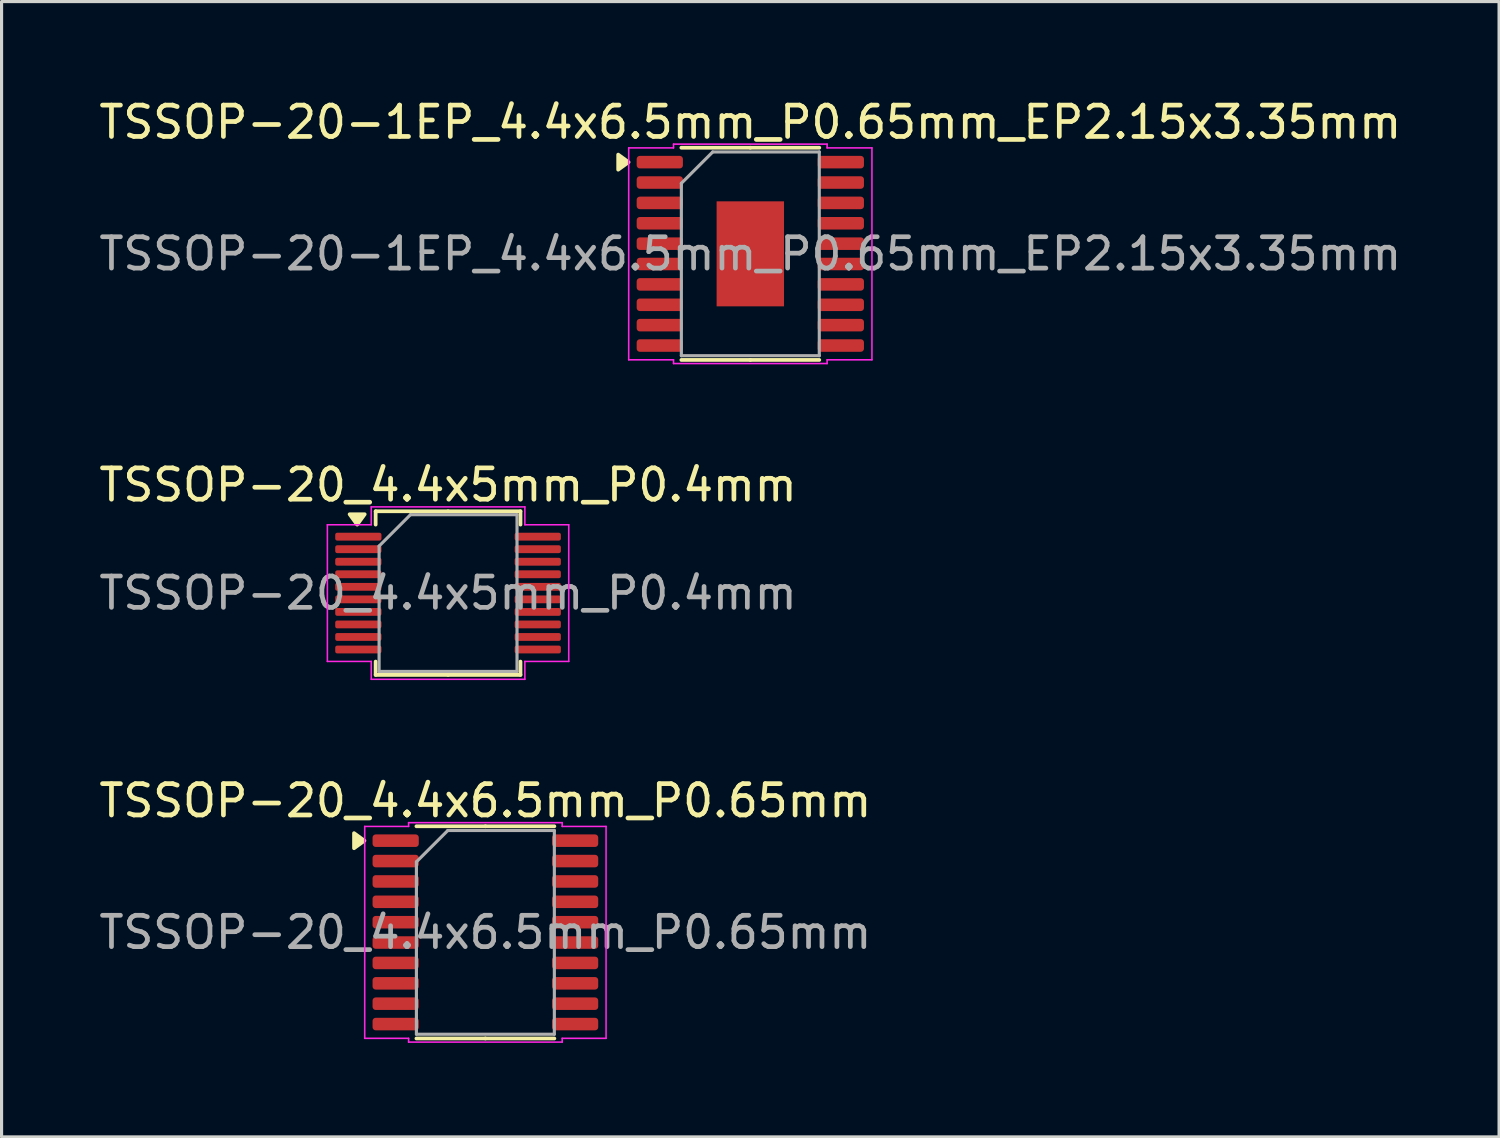
<source format=kicad_pcb>
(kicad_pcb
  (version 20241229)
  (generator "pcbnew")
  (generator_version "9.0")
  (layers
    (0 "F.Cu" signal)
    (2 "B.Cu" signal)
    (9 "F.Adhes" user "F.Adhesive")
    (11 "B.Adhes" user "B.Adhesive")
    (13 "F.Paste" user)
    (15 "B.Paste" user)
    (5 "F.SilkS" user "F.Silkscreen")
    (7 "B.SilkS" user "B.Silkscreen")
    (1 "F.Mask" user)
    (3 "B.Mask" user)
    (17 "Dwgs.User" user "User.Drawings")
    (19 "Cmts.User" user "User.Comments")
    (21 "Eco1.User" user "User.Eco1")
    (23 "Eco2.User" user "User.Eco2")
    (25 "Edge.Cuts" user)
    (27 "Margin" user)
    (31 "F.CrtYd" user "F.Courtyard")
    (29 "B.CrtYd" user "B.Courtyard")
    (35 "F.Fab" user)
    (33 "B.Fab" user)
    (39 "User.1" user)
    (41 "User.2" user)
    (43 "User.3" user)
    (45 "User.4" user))
  (footprint "TSSOP-20_4.4x5mm_P0.4mm"
    (layer "F.Cu")
    (at 11.244 15.871)
    (property "Reference" "TSSOP-20_4.4x5mm_P0.4mm" (at 0 -3.45 0) (layer "F.SilkS") (effects (font (size 1 1) (thickness 0.15))))
    (attr smd)
    (fp_line (start -2.31 -2.61) (end -2.31 -2.185) (stroke (width 0.12) (type solid)) (layer "F.SilkS"))
    (fp_line (start -2.31 2.61) (end -2.31 2.185) (stroke (width 0.12) (type solid)) (layer "F.SilkS"))
    (fp_line (start 0 -2.61) (end -2.31 -2.61) (stroke (width 0.12) (type solid)) (layer "F.SilkS"))
    (fp_line (start 0 -2.61) (end 2.31 -2.61) (stroke (width 0.12) (type solid)) (layer "F.SilkS"))
    (fp_line (start 0 2.61) (end -2.31 2.61) (stroke (width 0.12) (type solid)) (layer "F.SilkS"))
    (fp_line (start 0 2.61) (end 2.31 2.61) (stroke (width 0.12) (type solid)) (layer "F.SilkS"))
    (fp_line (start 2.31 -2.61) (end 2.31 -2.185) (stroke (width 0.12) (type solid)) (layer "F.SilkS"))
    (fp_line (start 2.31 2.61) (end 2.31 2.185) (stroke (width 0.12) (type solid)) (layer "F.SilkS"))
    (fp_poly (pts (xy -2.9 -2.185) (xy -3.14 -2.515) (xy -2.66 -2.515)) (stroke (width 0.12) (type solid)) (fill yes) (layer "F.SilkS"))
    (fp_line (start -3.85 -2.18) (end -2.45 -2.18) (stroke (width 0.05) (type solid)) (layer "F.CrtYd"))
    (fp_line (start -3.85 2.18) (end -3.85 -2.18) (stroke (width 0.05) (type solid)) (layer "F.CrtYd"))
    (fp_line (start -2.45 -2.75) (end 2.45 -2.75) (stroke (width 0.05) (type solid)) (layer "F.CrtYd"))
    (fp_line (start -2.45 -2.18) (end -2.45 -2.75) (stroke (width 0.05) (type solid)) (layer "F.CrtYd"))
    (fp_line (start -2.45 2.18) (end -3.85 2.18) (stroke (width 0.05) (type solid)) (layer "F.CrtYd"))
    (fp_line (start -2.45 2.75) (end -2.45 2.18) (stroke (width 0.05) (type solid)) (layer "F.CrtYd"))
    (fp_line (start 2.45 -2.75) (end 2.45 -2.18) (stroke (width 0.05) (type solid)) (layer "F.CrtYd"))
    (fp_line (start 2.45 -2.18) (end 3.85 -2.18) (stroke (width 0.05) (type solid)) (layer "F.CrtYd"))
    (fp_line (start 2.45 2.18) (end 2.45 2.75) (stroke (width 0.05) (type solid)) (layer "F.CrtYd"))
    (fp_line (start 2.45 2.75) (end -2.45 2.75) (stroke (width 0.05) (type solid)) (layer "F.CrtYd"))
    (fp_line (start 3.85 -2.18) (end 3.85 2.18) (stroke (width 0.05) (type solid)) (layer "F.CrtYd"))
    (fp_line (start 3.85 2.18) (end 2.45 2.18) (stroke (width 0.05) (type solid)) (layer "F.CrtYd"))
    (fp_line (start -2.2 -1.5) (end -1.2 -2.5) (stroke (width 0.1) (type solid)) (layer "F.Fab"))
    (fp_line (start -2.2 2.5) (end -2.2 -1.5) (stroke (width 0.1) (type solid)) (layer "F.Fab"))
    (fp_line (start -1.2 -2.5) (end 2.2 -2.5) (stroke (width 0.1) (type solid)) (layer "F.Fab"))
    (fp_line (start 2.2 -2.5) (end 2.2 2.5) (stroke (width 0.1) (type solid)) (layer "F.Fab"))
    (fp_line (start 2.2 2.5) (end -2.2 2.5) (stroke (width 0.1) (type solid)) (layer "F.Fab"))
    (fp_text user "${REFERENCE}" (at 0 0 0) (layer "F.Fab") (effects (font (size 1 1) (thickness 0.15))))
    (pad "1" smd roundrect (at -2.862 -1.8) (size 1.475 0.25) (layers "F.Cu" "F.Mask" "F.Paste") (roundrect_rratio 0.25))
    (pad "2" smd roundrect (at -2.862 -1.4) (size 1.475 0.25) (layers "F.Cu" "F.Mask" "F.Paste") (roundrect_rratio 0.25))
    (pad "3" smd roundrect (at -2.862 -1) (size 1.475 0.25) (layers "F.Cu" "F.Mask" "F.Paste") (roundrect_rratio 0.25))
    (pad "4" smd roundrect (at -2.862 -0.6) (size 1.475 0.25) (layers "F.Cu" "F.Mask" "F.Paste") (roundrect_rratio 0.25))
    (pad "5" smd roundrect (at -2.862 -0.2) (size 1.475 0.25) (layers "F.Cu" "F.Mask" "F.Paste") (roundrect_rratio 0.25))
    (pad "6" smd roundrect (at -2.862 0.2) (size 1.475 0.25) (layers "F.Cu" "F.Mask" "F.Paste") (roundrect_rratio 0.25))
    (pad "7" smd roundrect (at -2.862 0.6) (size 1.475 0.25) (layers "F.Cu" "F.Mask" "F.Paste") (roundrect_rratio 0.25))
    (pad "8" smd roundrect (at -2.862 1) (size 1.475 0.25) (layers "F.Cu" "F.Mask" "F.Paste") (roundrect_rratio 0.25))
    (pad "9" smd roundrect (at -2.862 1.4) (size 1.475 0.25) (layers "F.Cu" "F.Mask" "F.Paste") (roundrect_rratio 0.25))
    (pad "10" smd roundrect (at -2.862 1.8) (size 1.475 0.25) (layers "F.Cu" "F.Mask" "F.Paste") (roundrect_rratio 0.25))
    (pad "11" smd roundrect (at 2.862 1.8) (size 1.475 0.25) (layers "F.Cu" "F.Mask" "F.Paste") (roundrect_rratio 0.25))
    (pad "12" smd roundrect (at 2.862 1.4) (size 1.475 0.25) (layers "F.Cu" "F.Mask" "F.Paste") (roundrect_rratio 0.25))
    (pad "13" smd roundrect (at 2.862 1) (size 1.475 0.25) (layers "F.Cu" "F.Mask" "F.Paste") (roundrect_rratio 0.25))
    (pad "14" smd roundrect (at 2.862 0.6) (size 1.475 0.25) (layers "F.Cu" "F.Mask" "F.Paste") (roundrect_rratio 0.25))
    (pad "15" smd roundrect (at 2.862 0.2) (size 1.475 0.25) (layers "F.Cu" "F.Mask" "F.Paste") (roundrect_rratio 0.25))
    (pad "16" smd roundrect (at 2.862 -0.2) (size 1.475 0.25) (layers "F.Cu" "F.Mask" "F.Paste") (roundrect_rratio 0.25))
    (pad "17" smd roundrect (at 2.862 -0.6) (size 1.475 0.25) (layers "F.Cu" "F.Mask" "F.Paste") (roundrect_rratio 0.25))
    (pad "18" smd roundrect (at 2.862 -1) (size 1.475 0.25) (layers "F.Cu" "F.Mask" "F.Paste") (roundrect_rratio 0.25))
    (pad "19" smd roundrect (at 2.862 -1.4) (size 1.475 0.25) (layers "F.Cu" "F.Mask" "F.Paste") (roundrect_rratio 0.25))
    (pad "20" smd roundrect (at 2.862 -1.8) (size 1.475 0.25) (layers "F.Cu" "F.Mask" "F.Paste") (roundrect_rratio 0.25)))
  (footprint "TSSOP-20-1EP_4.4x6.5mm_P0.65mm_EP2.15x3.35mm"
    (layer "F.Cu")
    (at 20.887 5.048)
    (property "Reference" "TSSOP-20-1EP_4.4x6.5mm_P0.65mm_EP2.15x3.35mm" (at 0 -4.2 0) (layer "F.SilkS") (effects (font (size 1 1) (thickness 0.15))))
    (attr smd)
    (fp_line (start 0 -3.385) (end -2.2 -3.385) (stroke (width 0.12) (type solid)) (layer "F.SilkS"))
    (fp_line (start 0 -3.385) (end 2.2 -3.385) (stroke (width 0.12) (type solid)) (layer "F.SilkS"))
    (fp_line (start 0 3.385) (end -2.2 3.385) (stroke (width 0.12) (type solid)) (layer "F.SilkS"))
    (fp_line (start 0 3.385) (end 2.2 3.385) (stroke (width 0.12) (type solid)) (layer "F.SilkS"))
    (fp_poly (pts (xy -3.885 -2.925) (xy -4.215 -2.685) (xy -4.215 -3.165)) (stroke (width 0.12) (type solid)) (fill yes) (layer "F.SilkS"))
    (fp_line (start -3.88 -3.38) (end -2.45 -3.38) (stroke (width 0.05) (type solid)) (layer "F.CrtYd"))
    (fp_line (start -3.88 3.38) (end -3.88 -3.38) (stroke (width 0.05) (type solid)) (layer "F.CrtYd"))
    (fp_line (start -2.45 -3.5) (end 2.45 -3.5) (stroke (width 0.05) (type solid)) (layer "F.CrtYd"))
    (fp_line (start -2.45 -3.38) (end -2.45 -3.5) (stroke (width 0.05) (type solid)) (layer "F.CrtYd"))
    (fp_line (start -2.45 3.38) (end -3.88 3.38) (stroke (width 0.05) (type solid)) (layer "F.CrtYd"))
    (fp_line (start -2.45 3.5) (end -2.45 3.38) (stroke (width 0.05) (type solid)) (layer "F.CrtYd"))
    (fp_line (start 2.45 -3.5) (end 2.45 -3.38) (stroke (width 0.05) (type solid)) (layer "F.CrtYd"))
    (fp_line (start 2.45 -3.38) (end 3.88 -3.38) (stroke (width 0.05) (type solid)) (layer "F.CrtYd"))
    (fp_line (start 2.45 3.38) (end 2.45 3.5) (stroke (width 0.05) (type solid)) (layer "F.CrtYd"))
    (fp_line (start 2.45 3.5) (end -2.45 3.5) (stroke (width 0.05) (type solid)) (layer "F.CrtYd"))
    (fp_line (start 3.88 -3.38) (end 3.88 3.38) (stroke (width 0.05) (type solid)) (layer "F.CrtYd"))
    (fp_line (start 3.88 3.38) (end 2.45 3.38) (stroke (width 0.05) (type solid)) (layer "F.CrtYd"))
    (fp_line (start -2.2 -2.25) (end -1.2 -3.25) (stroke (width 0.1) (type solid)) (layer "F.Fab"))
    (fp_line (start -2.2 3.25) (end -2.2 -2.25) (stroke (width 0.1) (type solid)) (layer "F.Fab"))
    (fp_line (start -1.2 -3.25) (end 2.2 -3.25) (stroke (width 0.1) (type solid)) (layer "F.Fab"))
    (fp_line (start 2.2 -3.25) (end 2.2 3.25) (stroke (width 0.1) (type solid)) (layer "F.Fab"))
    (fp_line (start 2.2 3.25) (end -2.2 3.25) (stroke (width 0.1) (type solid)) (layer "F.Fab"))
    (fp_text user "${REFERENCE}" (at 0 0 0) (layer "F.Fab") (effects (font (size 1 1) (thickness 0.15))))
    (pad "" smd roundrect (at -0.54 -0.84) (size 0.87 1.35) (layers "F.Paste") (roundrect_rratio 0.25))
    (pad "" smd roundrect (at -0.54 0.84) (size 0.87 1.35) (layers "F.Paste") (roundrect_rratio 0.25))
    (pad "" smd roundrect (at 0.54 -0.84) (size 0.87 1.35) (layers "F.Paste") (roundrect_rratio 0.25))
    (pad "" smd roundrect (at 0.54 0.84) (size 0.87 1.35) (layers "F.Paste") (roundrect_rratio 0.25))
    (pad "1" smd roundrect (at -2.888 -2.925) (size 1.475 0.4) (layers "F.Cu" "F.Mask" "F.Paste") (roundrect_rratio 0.25))
    (pad "2" smd roundrect (at -2.888 -2.275) (size 1.475 0.4) (layers "F.Cu" "F.Mask" "F.Paste") (roundrect_rratio 0.25))
    (pad "3" smd roundrect (at -2.888 -1.625) (size 1.475 0.4) (layers "F.Cu" "F.Mask" "F.Paste") (roundrect_rratio 0.25))
    (pad "4" smd roundrect (at -2.888 -0.975) (size 1.475 0.4) (layers "F.Cu" "F.Mask" "F.Paste") (roundrect_rratio 0.25))
    (pad "5" smd roundrect (at -2.888 -0.325) (size 1.475 0.4) (layers "F.Cu" "F.Mask" "F.Paste") (roundrect_rratio 0.25))
    (pad "6" smd roundrect (at -2.888 0.325) (size 1.475 0.4) (layers "F.Cu" "F.Mask" "F.Paste") (roundrect_rratio 0.25))
    (pad "7" smd roundrect (at -2.888 0.975) (size 1.475 0.4) (layers "F.Cu" "F.Mask" "F.Paste") (roundrect_rratio 0.25))
    (pad "8" smd roundrect (at -2.888 1.625) (size 1.475 0.4) (layers "F.Cu" "F.Mask" "F.Paste") (roundrect_rratio 0.25))
    (pad "9" smd roundrect (at -2.888 2.275) (size 1.475 0.4) (layers "F.Cu" "F.Mask" "F.Paste") (roundrect_rratio 0.25))
    (pad "10" smd roundrect (at -2.888 2.925) (size 1.475 0.4) (layers "F.Cu" "F.Mask" "F.Paste") (roundrect_rratio 0.25))
    (pad "11" smd roundrect (at 2.888 2.925) (size 1.475 0.4) (layers "F.Cu" "F.Mask" "F.Paste") (roundrect_rratio 0.25))
    (pad "12" smd roundrect (at 2.888 2.275) (size 1.475 0.4) (layers "F.Cu" "F.Mask" "F.Paste") (roundrect_rratio 0.25))
    (pad "13" smd roundrect (at 2.888 1.625) (size 1.475 0.4) (layers "F.Cu" "F.Mask" "F.Paste") (roundrect_rratio 0.25))
    (pad "14" smd roundrect (at 2.888 0.975) (size 1.475 0.4) (layers "F.Cu" "F.Mask" "F.Paste") (roundrect_rratio 0.25))
    (pad "15" smd roundrect (at 2.888 0.325) (size 1.475 0.4) (layers "F.Cu" "F.Mask" "F.Paste") (roundrect_rratio 0.25))
    (pad "16" smd roundrect (at 2.888 -0.325) (size 1.475 0.4) (layers "F.Cu" "F.Mask" "F.Paste") (roundrect_rratio 0.25))
    (pad "17" smd roundrect (at 2.888 -0.975) (size 1.475 0.4) (layers "F.Cu" "F.Mask" "F.Paste") (roundrect_rratio 0.25))
    (pad "18" smd roundrect (at 2.888 -1.625) (size 1.475 0.4) (layers "F.Cu" "F.Mask" "F.Paste") (roundrect_rratio 0.25))
    (pad "19" smd roundrect (at 2.888 -2.275) (size 1.475 0.4) (layers "F.Cu" "F.Mask" "F.Paste") (roundrect_rratio 0.25))
    (pad "20" smd roundrect (at 2.888 -2.925) (size 1.475 0.4) (layers "F.Cu" "F.Mask" "F.Paste") (roundrect_rratio 0.25))
    (pad "21" smd rect (at 0 0) (size 2.15 3.35) (property pad_prop_heatsink) (layers "F.Cu" "F.Mask")))
  (footprint "TSSOP-20_4.4x6.5mm_P0.65mm"
    (layer "F.Cu")
    (at 12.435 26.695)
    (property "Reference" "TSSOP-20_4.4x6.5mm_P0.65mm" (at 0 -4.2 0) (layer "F.SilkS") (effects (font (size 1 1) (thickness 0.15))))
    (attr smd)
    (fp_line (start 0 -3.385) (end -2.2 -3.385) (stroke (width 0.12) (type solid)) (layer "F.SilkS"))
    (fp_line (start 0 -3.385) (end 2.2 -3.385) (stroke (width 0.12) (type solid)) (layer "F.SilkS"))
    (fp_line (start 0 3.385) (end -2.2 3.385) (stroke (width 0.12) (type solid)) (layer "F.SilkS"))
    (fp_line (start 0 3.385) (end 2.2 3.385) (stroke (width 0.12) (type solid)) (layer "F.SilkS"))
    (fp_poly (pts (xy -3.86 -2.925) (xy -4.19 -2.685) (xy -4.19 -3.165)) (stroke (width 0.12) (type solid)) (fill yes) (layer "F.SilkS"))
    (fp_line (start -3.85 -3.38) (end -2.45 -3.38) (stroke (width 0.05) (type solid)) (layer "F.CrtYd"))
    (fp_line (start -3.85 3.38) (end -3.85 -3.38) (stroke (width 0.05) (type solid)) (layer "F.CrtYd"))
    (fp_line (start -2.45 -3.5) (end 2.45 -3.5) (stroke (width 0.05) (type solid)) (layer "F.CrtYd"))
    (fp_line (start -2.45 -3.38) (end -2.45 -3.5) (stroke (width 0.05) (type solid)) (layer "F.CrtYd"))
    (fp_line (start -2.45 3.38) (end -3.85 3.38) (stroke (width 0.05) (type solid)) (layer "F.CrtYd"))
    (fp_line (start -2.45 3.5) (end -2.45 3.38) (stroke (width 0.05) (type solid)) (layer "F.CrtYd"))
    (fp_line (start 2.45 -3.5) (end 2.45 -3.38) (stroke (width 0.05) (type solid)) (layer "F.CrtYd"))
    (fp_line (start 2.45 -3.38) (end 3.85 -3.38) (stroke (width 0.05) (type solid)) (layer "F.CrtYd"))
    (fp_line (start 2.45 3.38) (end 2.45 3.5) (stroke (width 0.05) (type solid)) (layer "F.CrtYd"))
    (fp_line (start 2.45 3.5) (end -2.45 3.5) (stroke (width 0.05) (type solid)) (layer "F.CrtYd"))
    (fp_line (start 3.85 -3.38) (end 3.85 3.38) (stroke (width 0.05) (type solid)) (layer "F.CrtYd"))
    (fp_line (start 3.85 3.38) (end 2.45 3.38) (stroke (width 0.05) (type solid)) (layer "F.CrtYd"))
    (fp_line (start -2.2 -2.25) (end -1.2 -3.25) (stroke (width 0.1) (type solid)) (layer "F.Fab"))
    (fp_line (start -2.2 3.25) (end -2.2 -2.25) (stroke (width 0.1) (type solid)) (layer "F.Fab"))
    (fp_line (start -1.2 -3.25) (end 2.2 -3.25) (stroke (width 0.1) (type solid)) (layer "F.Fab"))
    (fp_line (start 2.2 -3.25) (end 2.2 3.25) (stroke (width 0.1) (type solid)) (layer "F.Fab"))
    (fp_line (start 2.2 3.25) (end -2.2 3.25) (stroke (width 0.1) (type solid)) (layer "F.Fab"))
    (fp_text user "${REFERENCE}" (at 0 0 0) (layer "F.Fab") (effects (font (size 1 1) (thickness 0.15))))
    (pad "1" smd roundrect (at -2.862 -2.925) (size 1.475 0.4) (layers "F.Cu" "F.Mask" "F.Paste") (roundrect_rratio 0.25))
    (pad "2" smd roundrect (at -2.862 -2.275) (size 1.475 0.4) (layers "F.Cu" "F.Mask" "F.Paste") (roundrect_rratio 0.25))
    (pad "3" smd roundrect (at -2.862 -1.625) (size 1.475 0.4) (layers "F.Cu" "F.Mask" "F.Paste") (roundrect_rratio 0.25))
    (pad "4" smd roundrect (at -2.862 -0.975) (size 1.475 0.4) (layers "F.Cu" "F.Mask" "F.Paste") (roundrect_rratio 0.25))
    (pad "5" smd roundrect (at -2.862 -0.325) (size 1.475 0.4) (layers "F.Cu" "F.Mask" "F.Paste") (roundrect_rratio 0.25))
    (pad "6" smd roundrect (at -2.862 0.325) (size 1.475 0.4) (layers "F.Cu" "F.Mask" "F.Paste") (roundrect_rratio 0.25))
    (pad "7" smd roundrect (at -2.862 0.975) (size 1.475 0.4) (layers "F.Cu" "F.Mask" "F.Paste") (roundrect_rratio 0.25))
    (pad "8" smd roundrect (at -2.862 1.625) (size 1.475 0.4) (layers "F.Cu" "F.Mask" "F.Paste") (roundrect_rratio 0.25))
    (pad "9" smd roundrect (at -2.862 2.275) (size 1.475 0.4) (layers "F.Cu" "F.Mask" "F.Paste") (roundrect_rratio 0.25))
    (pad "10" smd roundrect (at -2.862 2.925) (size 1.475 0.4) (layers "F.Cu" "F.Mask" "F.Paste") (roundrect_rratio 0.25))
    (pad "11" smd roundrect (at 2.862 2.925) (size 1.475 0.4) (layers "F.Cu" "F.Mask" "F.Paste") (roundrect_rratio 0.25))
    (pad "12" smd roundrect (at 2.862 2.275) (size 1.475 0.4) (layers "F.Cu" "F.Mask" "F.Paste") (roundrect_rratio 0.25))
    (pad "13" smd roundrect (at 2.862 1.625) (size 1.475 0.4) (layers "F.Cu" "F.Mask" "F.Paste") (roundrect_rratio 0.25))
    (pad "14" smd roundrect (at 2.862 0.975) (size 1.475 0.4) (layers "F.Cu" "F.Mask" "F.Paste") (roundrect_rratio 0.25))
    (pad "15" smd roundrect (at 2.862 0.325) (size 1.475 0.4) (layers "F.Cu" "F.Mask" "F.Paste") (roundrect_rratio 0.25))
    (pad "16" smd roundrect (at 2.862 -0.325) (size 1.475 0.4) (layers "F.Cu" "F.Mask" "F.Paste") (roundrect_rratio 0.25))
    (pad "17" smd roundrect (at 2.862 -0.975) (size 1.475 0.4) (layers "F.Cu" "F.Mask" "F.Paste") (roundrect_rratio 0.25))
    (pad "18" smd roundrect (at 2.862 -1.625) (size 1.475 0.4) (layers "F.Cu" "F.Mask" "F.Paste") (roundrect_rratio 0.25))
    (pad "19" smd roundrect (at 2.862 -2.275) (size 1.475 0.4) (layers "F.Cu" "F.Mask" "F.Paste") (roundrect_rratio 0.25))
    (pad "20" smd roundrect (at 2.862 -2.925) (size 1.475 0.4) (layers "F.Cu" "F.Mask" "F.Paste") (roundrect_rratio 0.25)))
  (gr_rect
    (start -3 -3)
    (end 44.774 33.22)
    (stroke (width 0.1) (type default))
    (fill no)
    (layer "Edge.Cuts")))
</source>
